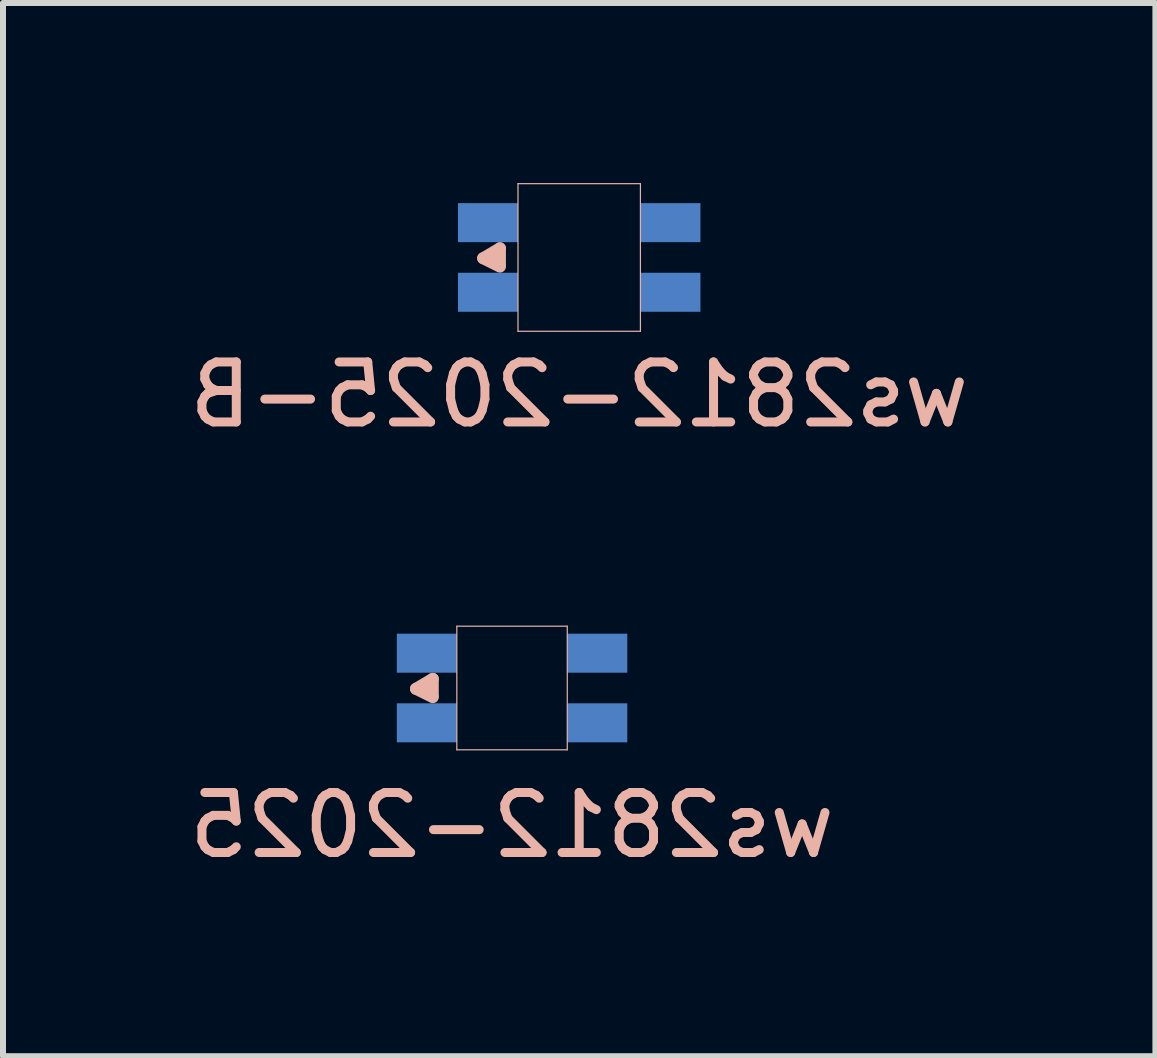
<source format=kicad_pcb>
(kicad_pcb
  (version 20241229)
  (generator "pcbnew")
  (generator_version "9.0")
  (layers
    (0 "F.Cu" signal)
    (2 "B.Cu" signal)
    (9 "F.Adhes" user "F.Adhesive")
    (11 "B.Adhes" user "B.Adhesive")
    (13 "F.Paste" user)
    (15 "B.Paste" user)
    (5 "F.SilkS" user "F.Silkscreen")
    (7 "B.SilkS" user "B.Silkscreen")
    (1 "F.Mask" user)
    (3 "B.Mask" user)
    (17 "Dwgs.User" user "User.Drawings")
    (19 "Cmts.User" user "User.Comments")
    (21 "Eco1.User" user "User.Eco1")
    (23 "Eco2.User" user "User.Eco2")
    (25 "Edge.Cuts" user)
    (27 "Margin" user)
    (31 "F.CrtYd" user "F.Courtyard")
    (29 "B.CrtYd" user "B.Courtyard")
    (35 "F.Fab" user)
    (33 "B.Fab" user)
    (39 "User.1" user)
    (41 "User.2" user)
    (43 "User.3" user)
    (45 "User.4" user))
  (footprint "ws2812-2025"
    (layer "F.Cu")
    (at 5.482 8.414)
    (property "Reference" "ws2812-2025" (at 0 2.286 0) (layer "B.SilkS") (effects (font (size 1 1) (thickness 0.15)) (justify mirror)))
    (attr through_hole)
    (fp_line (start -1.6 0.013) (end -1.321 0.152) (stroke (width 0.2) (type solid)) (layer "B.SilkS"))
    (fp_line (start -1.321 -0.152) (end -1.6 0.013) (stroke (width 0.2) (type solid)) (layer "B.SilkS"))
    (fp_line (start -1.321 -0.152) (end -1.321 0.127) (stroke (width 0.2) (type solid)) (layer "B.SilkS"))
    (fp_line (start -0.92 -1.03) (end -0.92 1.03) (stroke (width 0.02) (type solid)) (layer "B.SilkS"))
    (fp_line (start -0.92 1.03) (end 0.92 1.03) (stroke (width 0.02) (type solid)) (layer "B.SilkS"))
    (fp_line (start 0.92 -1.03) (end -0.92 -1.03) (stroke (width 0.02) (type solid)) (layer "B.SilkS"))
    (fp_line (start 0.92 1.03) (end 0.92 -1.03) (stroke (width 0.02) (type solid)) (layer "B.SilkS"))
    (pad "1" smd rect (at -1.42 -0.58) (size 1 0.65) (layers "B.Cu" "B.Mask" "B.Paste"))
    (pad "2" smd rect (at 1.42 -0.58) (size 1 0.65) (layers "B.Cu" "B.Mask" "B.Paste"))
    (pad "3" smd rect (at 1.42 0.58) (size 1 0.65) (layers "B.Cu" "B.Mask" "B.Paste"))
    (pad "4" smd rect (at -1.42 0.58) (size 1 0.65) (layers "B.Cu" "B.Mask" "B.Paste")))
  (footprint "ws2812-2025-B"
    (layer "F.Cu")
    (at 6.601 1.24)
    (property "Reference" "ws2812-2025-B" (at 0 2.286 0) (layer "B.SilkS") (effects (font (size 1 1) (thickness 0.15)) (justify mirror)))
    (attr through_hole)
    (fp_line (start -1.6 0.013) (end -1.321 0.152) (stroke (width 0.2) (type solid)) (layer "B.SilkS"))
    (fp_line (start -1.321 -0.152) (end -1.6 0.013) (stroke (width 0.2) (type solid)) (layer "B.SilkS"))
    (fp_line (start -1.321 -0.152) (end -1.321 0.127) (stroke (width 0.2) (type solid)) (layer "B.SilkS"))
    (fp_line (start -1.02 -1.23) (end -1.02 1.23) (stroke (width 0.02) (type solid)) (layer "B.SilkS"))
    (fp_line (start -1.02 1.23) (end 1.02 1.23) (stroke (width 0.02) (type solid)) (layer "B.SilkS"))
    (fp_line (start 1.02 -1.23) (end -1.02 -1.23) (stroke (width 0.02) (type solid)) (layer "B.SilkS"))
    (fp_line (start 1.02 1.23) (end 1.02 -1.23) (stroke (width 0.02) (type solid)) (layer "B.SilkS"))
    (pad "1" smd rect (at 1.52 -0.58) (size 1 0.65) (layers "B.Cu" "B.Mask"))
    (pad "2" smd rect (at 1.52 0.58) (size 1 0.65) (layers "B.Cu" "B.Mask" "B.Paste"))
    (pad "3" smd rect (at -1.52 0.58) (size 1 0.65) (layers "B.Cu" "B.Mask" "B.Paste"))
    (pad "4" smd rect (at -1.52 -0.58) (size 1 0.65) (layers "B.Cu" "B.Mask" "B.Paste")))
  (gr_rect
    (start -3 -3)
    (end 16.202 14.549)
    (stroke (width 0.1) (type default))
    (fill no)
    (layer "Edge.Cuts")))
</source>
